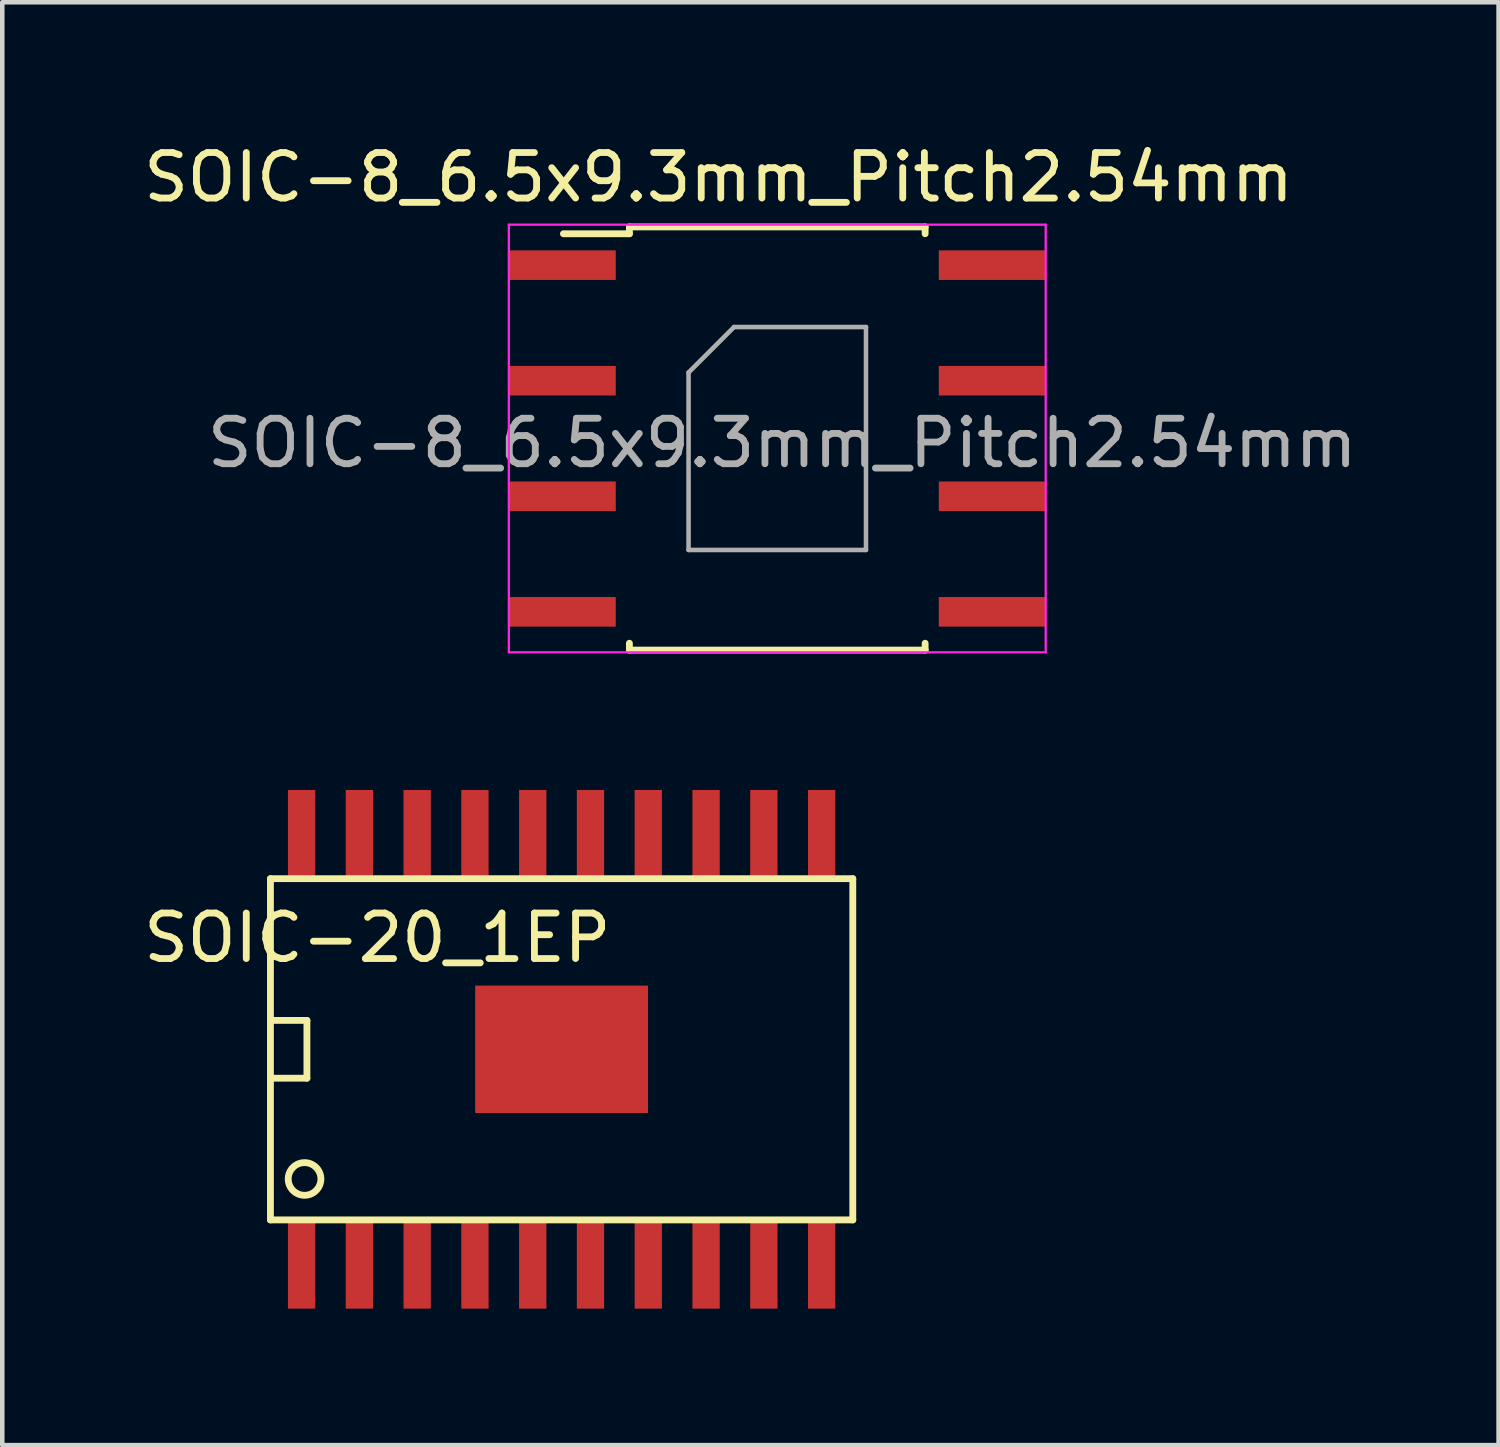
<source format=kicad_pcb>
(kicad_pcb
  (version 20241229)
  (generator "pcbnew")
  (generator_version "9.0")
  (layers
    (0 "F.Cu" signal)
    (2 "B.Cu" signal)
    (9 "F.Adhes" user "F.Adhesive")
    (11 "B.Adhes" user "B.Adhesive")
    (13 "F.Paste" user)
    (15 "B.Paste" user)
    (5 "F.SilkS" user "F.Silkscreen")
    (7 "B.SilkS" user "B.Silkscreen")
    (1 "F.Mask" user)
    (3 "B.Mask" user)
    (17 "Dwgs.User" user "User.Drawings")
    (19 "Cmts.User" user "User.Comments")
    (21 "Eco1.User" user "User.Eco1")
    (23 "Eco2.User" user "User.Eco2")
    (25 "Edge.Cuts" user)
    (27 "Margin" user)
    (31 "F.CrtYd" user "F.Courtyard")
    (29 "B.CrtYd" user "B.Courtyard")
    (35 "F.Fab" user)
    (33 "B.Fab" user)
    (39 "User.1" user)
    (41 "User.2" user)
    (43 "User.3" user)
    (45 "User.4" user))
  (footprint "SOIC-8_6.5x9.3mm_Pitch2.54mm"
    (layer "F.Cu")
    (at 14.034 6.588)
    (property "Reference" "SOIC-8_6.5x9.3mm_Pitch2.54mm" (at -1.29 -5.74 0) (layer "F.SilkS") (effects (font (size 1 1) (thickness 0.15))))
    (attr smd)
    (fp_line (start -3.25 -4.65) (end -3.25 -4.5) (stroke (width 0.15) (type solid)) (layer "F.SilkS"))
    (fp_line (start -3.25 -4.65) (end 3.25 -4.65) (stroke (width 0.15) (type solid)) (layer "F.SilkS"))
    (fp_line (start -3.25 -4.5) (end -4.7 -4.5) (stroke (width 0.15) (type solid)) (layer "F.SilkS"))
    (fp_line (start -3.25 4.65) (end -3.25 4.5) (stroke (width 0.15) (type solid)) (layer "F.SilkS"))
    (fp_line (start -3.25 4.65) (end 3.25 4.65) (stroke (width 0.15) (type solid)) (layer "F.SilkS"))
    (fp_line (start 3.25 -4.65) (end 3.25 -4.5) (stroke (width 0.15) (type solid)) (layer "F.SilkS"))
    (fp_line (start 3.25 4.65) (end 3.25 4.5) (stroke (width 0.15) (type solid)) (layer "F.SilkS"))
    (fp_line (start -5.9 -4.7) (end -5.9 4.7) (stroke (width 0.05) (type solid)) (layer "F.CrtYd"))
    (fp_line (start -5.9 -4.7) (end 5.9 -4.7) (stroke (width 0.05) (type solid)) (layer "F.CrtYd"))
    (fp_line (start -5.9 4.7) (end 5.9 4.7) (stroke (width 0.05) (type solid)) (layer "F.CrtYd"))
    (fp_line (start 5.9 -4.7) (end 5.9 4.7) (stroke (width 0.05) (type solid)) (layer "F.CrtYd"))
    (fp_line (start -1.95 -1.45) (end -0.95 -2.45) (stroke (width 0.1) (type solid)) (layer "F.Fab"))
    (fp_line (start -1.95 2.45) (end -1.95 -1.45) (stroke (width 0.1) (type solid)) (layer "F.Fab"))
    (fp_line (start -0.95 -2.45) (end 1.95 -2.45) (stroke (width 0.1) (type solid)) (layer "F.Fab"))
    (fp_line (start 1.95 -2.45) (end 1.95 2.45) (stroke (width 0.1) (type solid)) (layer "F.Fab"))
    (fp_line (start 1.95 2.45) (end -1.95 2.45) (stroke (width 0.1) (type solid)) (layer "F.Fab"))
    (fp_text user "${REFERENCE}" (at 0.11 0.1 0) (layer "F.Fab") (effects (font (size 1 1) (thickness 0.15))))
    (pad "1" smd rect (at -4.725 -3.81) (size 2.35 0.65) (layers "F.Cu" "F.Mask" "F.Paste"))
    (pad "2" smd rect (at -4.725 -1.27) (size 2.35 0.65) (layers "F.Cu" "F.Mask" "F.Paste"))
    (pad "3" smd rect (at -4.725 1.27) (size 2.35 0.65) (layers "F.Cu" "F.Mask" "F.Paste"))
    (pad "4" smd rect (at -4.725 3.81) (size 2.35 0.65) (layers "F.Cu" "F.Mask" "F.Paste"))
    (pad "5" smd rect (at 4.725 3.81) (size 2.35 0.65) (layers "F.Cu" "F.Mask" "F.Paste"))
    (pad "6" smd rect (at 4.725 1.27) (size 2.35 0.65) (layers "F.Cu" "F.Mask" "F.Paste"))
    (pad "7" smd rect (at 4.725 -1.27) (size 2.35 0.65) (layers "F.Cu" "F.Mask" "F.Paste"))
    (pad "8" smd rect (at 4.725 -3.81) (size 2.35 0.65) (layers "F.Cu" "F.Mask" "F.Paste")))
  (footprint "SOIC-20_1EP"
    (layer "F.Cu")
    (at 9.294 20.013)
    (property "Reference" "SOIC-20_1EP" (at -4.05 -2.45 0) (layer "F.SilkS") (effects (font (size 1 1) (thickness 0.15))))
    (attr smd)
    (fp_line (start -6.4 -3.75) (end 6.4 -3.75) (stroke (width 0.15) (type solid)) (layer "F.SilkS"))
    (fp_line (start -6.4 3.75) (end -6.4 -3.75) (stroke (width 0.15) (type solid)) (layer "F.SilkS"))
    (fp_line (start -6.4 3.75) (end 6.4 3.75) (stroke (width 0.15) (type solid)) (layer "F.SilkS"))
    (fp_line (start -6.36 -0.635) (end -5.598 -0.635) (stroke (width 0.15) (type solid)) (layer "F.SilkS"))
    (fp_line (start -5.598 -0.635) (end -5.598 0.635) (stroke (width 0.15) (type solid)) (layer "F.SilkS"))
    (fp_line (start -5.598 0.635) (end -6.36 0.635) (stroke (width 0.15) (type solid)) (layer "F.SilkS"))
    (fp_line (start 6.4 3.75) (end 6.4 -3.75) (stroke (width 0.15) (type solid)) (layer "F.SilkS"))
    (fp_circle (center -5.65 2.85) (end -5.904 2.596) (stroke (width 0.15) (type solid)) (fill no) (layer "F.SilkS"))
    (pad "1" smd rect (at -5.715 4.7) (size 0.6 2) (layers "F.Cu" "F.Mask" "F.Paste"))
    (pad "2" smd rect (at -4.445 4.7) (size 0.6 2) (layers "F.Cu" "F.Mask" "F.Paste"))
    (pad "3" smd rect (at -3.175 4.7) (size 0.6 2) (layers "F.Cu" "F.Mask" "F.Paste"))
    (pad "4" smd rect (at -1.905 4.7) (size 0.6 2) (layers "F.Cu" "F.Mask" "F.Paste"))
    (pad "5" smd rect (at -0.635 4.7) (size 0.6 2) (layers "F.Cu" "F.Mask" "F.Paste"))
    (pad "6" smd rect (at 0.635 4.7) (size 0.6 2) (layers "F.Cu" "F.Mask" "F.Paste"))
    (pad "7" smd rect (at 1.905 4.7) (size 0.6 2) (layers "F.Cu" "F.Mask" "F.Paste"))
    (pad "8" smd rect (at 3.175 4.7) (size 0.6 2) (layers "F.Cu" "F.Mask" "F.Paste"))
    (pad "9" smd rect (at 4.445 4.7) (size 0.6 2) (layers "F.Cu" "F.Mask" "F.Paste"))
    (pad "10" smd rect (at 5.715 4.7) (size 0.6 2) (layers "F.Cu" "F.Mask" "F.Paste"))
    (pad "11" smd rect (at 5.715 -4.7) (size 0.6 2) (layers "F.Cu" "F.Mask" "F.Paste"))
    (pad "12" smd rect (at 4.445 -4.7) (size 0.6 2) (layers "F.Cu" "F.Mask" "F.Paste"))
    (pad "13" smd rect (at 3.175 -4.7) (size 0.6 2) (layers "F.Cu" "F.Mask" "F.Paste"))
    (pad "14" smd rect (at 1.905 -4.7) (size 0.6 2) (layers "F.Cu" "F.Mask" "F.Paste"))
    (pad "15" smd rect (at 0.635 -4.7) (size 0.6 2) (layers "F.Cu" "F.Mask" "F.Paste"))
    (pad "16" smd rect (at -0.635 -4.7) (size 0.6 2) (layers "F.Cu" "F.Mask" "F.Paste"))
    (pad "17" smd rect (at -1.905 -4.7) (size 0.6 2) (layers "F.Cu" "F.Mask" "F.Paste"))
    (pad "18" smd rect (at -3.175 -4.7) (size 0.6 2) (layers "F.Cu" "F.Mask" "F.Paste"))
    (pad "19" smd rect (at -4.445 -4.7) (size 0.6 2) (layers "F.Cu" "F.Mask" "F.Paste"))
    (pad "20" smd rect (at -5.715 -4.7) (size 0.6 2) (layers "F.Cu" "F.Mask" "F.Paste"))
    (pad "21" smd rect (at 0 0) (size 3.8 2.8) (layers "F.Cu" "F.Mask" "F.Paste")))
  (gr_rect
    (start -3 -3)
    (end 29.888 28.713)
    (stroke (width 0.1) (type default))
    (fill no)
    (layer "Edge.Cuts")))
</source>
